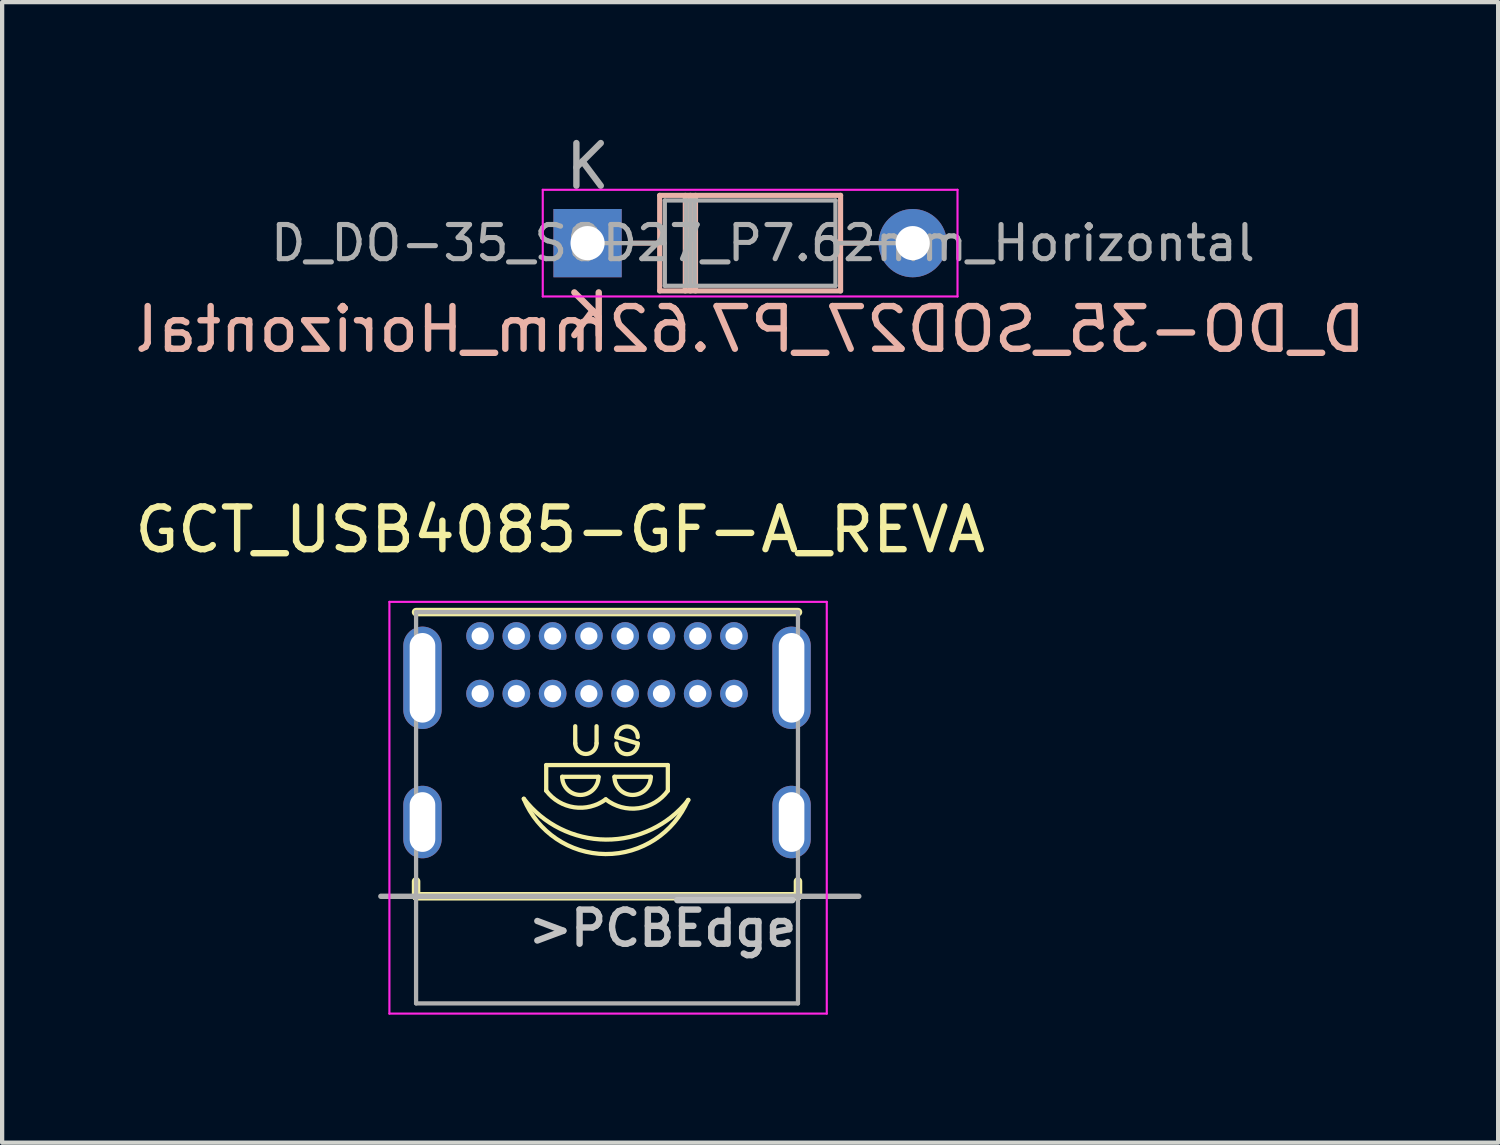
<source format=kicad_pcb>
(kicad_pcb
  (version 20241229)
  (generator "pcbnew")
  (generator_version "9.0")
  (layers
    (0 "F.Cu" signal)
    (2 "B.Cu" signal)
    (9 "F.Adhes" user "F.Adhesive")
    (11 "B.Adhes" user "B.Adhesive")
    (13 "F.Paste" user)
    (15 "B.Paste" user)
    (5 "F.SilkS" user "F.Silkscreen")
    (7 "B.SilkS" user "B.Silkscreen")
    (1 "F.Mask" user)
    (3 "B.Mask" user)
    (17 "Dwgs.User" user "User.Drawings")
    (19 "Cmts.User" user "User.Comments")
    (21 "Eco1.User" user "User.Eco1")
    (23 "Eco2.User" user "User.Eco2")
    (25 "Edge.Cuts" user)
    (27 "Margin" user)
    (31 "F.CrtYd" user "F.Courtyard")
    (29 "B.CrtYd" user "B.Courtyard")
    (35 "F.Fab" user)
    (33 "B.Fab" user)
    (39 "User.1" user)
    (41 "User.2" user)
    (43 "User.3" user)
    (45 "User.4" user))
  (footprint "GCT_USB4085-GF-A_REVA"
    (layer "F.Cu")
    (at 11.176 15.88)
    (property "Reference" "GCT_USB4085-GF-A_REVA" (at -1.097 -6.515 0) (layer "F.SilkS") (effects (font (size 1 1) (thickness 0.15))))
    (attr through_hole)
    (fp_line (start -4.475 -4.585) (end 4.475 -4.585) (stroke (width 0.2) (type solid)) (layer "F.SilkS"))
    (fp_line (start -4.475 1.725) (end -4.475 2.075) (stroke (width 0.2) (type solid)) (layer "F.SilkS"))
    (fp_line (start -4.475 2.075) (end 4.475 2.075) (stroke (width 0.2) (type solid)) (layer "F.SilkS"))
    (fp_line (start -1.425 -1) (end -1.425 -0.4) (stroke (width 0.1) (type solid)) (layer "F.SilkS"))
    (fp_line (start -1.425 -1) (end 1.425 -1) (stroke (width 0.1) (type solid)) (layer "F.SilkS"))
    (fp_line (start -1.05 -0.725) (end -0.2 -0.725) (stroke (width 0.1) (type solid)) (layer "F.SilkS"))
    (fp_line (start -0.745 -1.51) (end -0.745 -1.91) (stroke (width 0.1) (type solid)) (layer "F.SilkS"))
    (fp_line (start -0.245 -1.51) (end -0.245 -1.91) (stroke (width 0.1) (type solid)) (layer "F.SilkS"))
    (fp_line (start 0.175 -0.725) (end 1.025 -0.725) (stroke (width 0.1) (type solid)) (layer "F.SilkS"))
    (fp_line (start 0.22 -1.655) (end 0.72 -1.505) (stroke (width 0.1) (type solid)) (layer "F.SilkS"))
    (fp_line (start 1.425 -0.4) (end 1.425 -1) (stroke (width 0.1) (type solid)) (layer "F.SilkS"))
    (fp_line (start 4.475 2.075) (end 4.475 1.725) (stroke (width 0.2) (type solid)) (layer "F.SilkS"))
    (fp_arc (start -0.245 -1.51) (mid -0.495 -1.26) (end -0.745 -1.51) (stroke (width 0.1) (type solid)) (layer "F.SilkS"))
    (fp_arc (start -0.2 -0.725) (mid -0.625 -0.3) (end -1.05 -0.725) (stroke (width 0.1) (type solid)) (layer "F.SilkS"))
    (fp_arc (start -0.029772 -0.196443) (mid -0.769367 -0.010476) (end -1.425 -0.4) (stroke (width 0.1) (type solid)) (layer "F.SilkS"))
    (fp_arc (start 0.22 -1.655) (mid 0.47 -1.905) (end 0.72 -1.655) (stroke (width 0.1) (type solid)) (layer "F.SilkS"))
    (fp_arc (start 0.72 -1.505) (mid 0.47 -1.255) (end 0.22 -1.505) (stroke (width 0.1) (type solid)) (layer "F.SilkS"))
    (fp_arc (start 1.025 -0.725) (mid 0.6 -0.3) (end 0.175 -0.725) (stroke (width 0.1) (type solid)) (layer "F.SilkS"))
    (fp_arc (start 1.425669 -0.399513) (mid 0.741079 0.011143) (end -0.029771 -0.196444) (stroke (width 0.1) (type solid)) (layer "F.SilkS"))
    (fp_arc (start 1.898837 -0.183264) (mid -0.034487 1.085374) (end -1.949999 -0.210001) (stroke (width 0.1) (type solid)) (layer "F.SilkS"))
    (fp_arc (start 1.908918 -0.18295) (mid -0.027148 0.746097) (end -1.949998 -0.210002) (stroke (width 0.1) (type solid)) (layer "F.SilkS"))
    (fp_line (start -5.1 -4.825) (end 5.15 -4.825) (stroke (width 0.05) (type solid)) (layer "F.CrtYd"))
    (fp_line (start -5.1 4.825) (end -5.1 -4.825) (stroke (width 0.05) (type solid)) (layer "F.CrtYd"))
    (fp_line (start 5.15 -4.825) (end 5.15 4.825) (stroke (width 0.05) (type solid)) (layer "F.CrtYd"))
    (fp_line (start 5.15 4.825) (end -5.1 4.825) (stroke (width 0.05) (type solid)) (layer "F.CrtYd"))
    (fp_line (start -5.3 2.075) (end 5.9 2.075) (stroke (width 0.127) (type solid)) (layer "F.Fab"))
    (fp_line (start -4.475 -4.585) (end 4.475 -4.585) (stroke (width 0.1) (type solid)) (layer "F.Fab"))
    (fp_line (start -4.475 4.585) (end -4.475 -4.585) (stroke (width 0.1) (type solid)) (layer "F.Fab"))
    (fp_line (start 4.475 -4.585) (end 4.475 4.585) (stroke (width 0.1) (type solid)) (layer "F.Fab"))
    (fp_line (start 4.475 4.585) (end -4.475 4.585) (stroke (width 0.1) (type solid)) (layer "F.Fab"))
    (fp_text user ">PCB~{Edge}" (at 1.3 2.825 0) (layer "Dwgs.User") (effects (font (size 0.8 0.8) (thickness 0.15))))
    (pad "A1" thru_hole circle (at -2.975 -4.025) (size 0.65 0.65) (drill 0.4) (layers "*.Cu" "*.Mask"))
    (pad "A4" thru_hole circle (at -2.125 -4.025) (size 0.65 0.65) (drill 0.4) (layers "*.Cu" "*.Mask"))
    (pad "A5" thru_hole circle (at -1.275 -4.025) (size 0.65 0.65) (drill 0.4) (layers "*.Cu" "*.Mask"))
    (pad "A6" thru_hole circle (at -0.425 -4.025) (size 0.65 0.65) (drill 0.4) (layers "*.Cu" "*.Mask"))
    (pad "A7" thru_hole circle (at 0.425 -4.025) (size 0.65 0.65) (drill 0.4) (layers "*.Cu" "*.Mask"))
    (pad "A8" thru_hole circle (at 1.275 -4.025) (size 0.65 0.65) (drill 0.4) (layers "*.Cu" "*.Mask"))
    (pad "A9" thru_hole circle (at 2.125 -4.025) (size 0.65 0.65) (drill 0.4) (layers "*.Cu" "*.Mask"))
    (pad "A12" thru_hole circle (at 2.975 -4.025) (size 0.65 0.65) (drill 0.4) (layers "*.Cu" "*.Mask"))
    (pad "B1" thru_hole circle (at 2.975 -2.675) (size 0.65 0.65) (drill 0.4) (layers "*.Cu" "*.Mask"))
    (pad "B4" thru_hole circle (at 2.125 -2.675) (size 0.65 0.65) (drill 0.4) (layers "*.Cu" "*.Mask"))
    (pad "B5" thru_hole circle (at 1.275 -2.675) (size 0.65 0.65) (drill 0.4) (layers "*.Cu" "*.Mask"))
    (pad "B6" thru_hole circle (at 0.425 -2.675) (size 0.65 0.65) (drill 0.4) (layers "*.Cu" "*.Mask"))
    (pad "B7" thru_hole circle (at -0.425 -2.675) (size 0.65 0.65) (drill 0.4) (layers "*.Cu" "*.Mask"))
    (pad "B8" thru_hole circle (at -1.275 -2.675) (size 0.65 0.65) (drill 0.4) (layers "*.Cu" "*.Mask"))
    (pad "B9" thru_hole circle (at -2.125 -2.675) (size 0.65 0.65) (drill 0.4) (layers "*.Cu" "*.Mask"))
    (pad "B12" thru_hole circle (at -2.975 -2.675) (size 0.65 0.65) (drill 0.4) (layers "*.Cu" "*.Mask"))
    (pad "S1" thru_hole oval (at -4.325 -3.045) (size 0.9 2.4) (drill oval 0.6 2.1) (layers "*.Cu" "*.Mask"))
    (pad "S1" thru_hole oval (at -4.325 0.335) (size 0.9 1.7) (drill oval 0.6 1.4) (layers "*.Cu" "*.Mask"))
    (pad "S1" thru_hole oval (at 4.325 -3.045) (size 0.9 2.4) (drill oval 0.6 2.1) (layers "*.Cu" "*.Mask"))
    (pad "S1" thru_hole oval (at 4.325 0.335) (size 0.9 1.7) (drill oval 0.6 1.4) (layers "*.Cu" "*.Mask")))
  (footprint "D_DO-35_SOD27_P7.62mm_Horizontal"
    (layer "F.Cu")
    (at 10.72 2.648)
    (property "Reference" "D_DO-35_SOD27_P7.62mm_Horizontal" (at 3.81 2.02 0) (layer "B.SilkS") (effects (font (size 1 1) (thickness 0.15)) (justify mirror)))
    (attr through_hole)
    (fp_line (start 1.04 0) (end 1.69 0) (stroke (width 0.12) (type solid)) (layer "B.SilkS"))
    (fp_line (start 1.69 -1.12) (end 5.93 -1.12) (stroke (width 0.12) (type solid)) (layer "B.SilkS"))
    (fp_line (start 1.69 1.12) (end 1.69 -1.12) (stroke (width 0.12) (type solid)) (layer "B.SilkS"))
    (fp_line (start 2.29 1.12) (end 2.29 -1.12) (stroke (width 0.12) (type solid)) (layer "B.SilkS"))
    (fp_line (start 2.41 1.12) (end 2.41 -1.12) (stroke (width 0.12) (type solid)) (layer "B.SilkS"))
    (fp_line (start 2.53 1.12) (end 2.53 -1.12) (stroke (width 0.12) (type solid)) (layer "B.SilkS"))
    (fp_line (start 5.93 -1.12) (end 5.93 1.12) (stroke (width 0.12) (type solid)) (layer "B.SilkS"))
    (fp_line (start 5.93 1.12) (end 1.69 1.12) (stroke (width 0.12) (type solid)) (layer "B.SilkS"))
    (fp_line (start 6.58 0) (end 5.93 0) (stroke (width 0.12) (type solid)) (layer "B.SilkS"))
    (fp_line (start -1.05 -1.25) (end -1.05 1.25) (stroke (width 0.05) (type solid)) (layer "F.CrtYd"))
    (fp_line (start -1.05 1.25) (end 8.67 1.25) (stroke (width 0.05) (type solid)) (layer "F.CrtYd"))
    (fp_line (start 8.67 -1.25) (end -1.05 -1.25) (stroke (width 0.05) (type solid)) (layer "F.CrtYd"))
    (fp_line (start 8.67 1.25) (end 8.67 -1.25) (stroke (width 0.05) (type solid)) (layer "F.CrtYd"))
    (fp_line (start 0 0) (end 1.81 0) (stroke (width 0.1) (type solid)) (layer "F.Fab"))
    (fp_line (start 1.81 -1) (end 1.81 1) (stroke (width 0.1) (type solid)) (layer "F.Fab"))
    (fp_line (start 1.81 1) (end 5.81 1) (stroke (width 0.1) (type solid)) (layer "F.Fab"))
    (fp_line (start 2.31 -1) (end 2.31 1) (stroke (width 0.1) (type solid)) (layer "F.Fab"))
    (fp_line (start 2.41 -1) (end 2.41 1) (stroke (width 0.1) (type solid)) (layer "F.Fab"))
    (fp_line (start 2.51 -1) (end 2.51 1) (stroke (width 0.1) (type solid)) (layer "F.Fab"))
    (fp_line (start 5.81 -1) (end 1.81 -1) (stroke (width 0.1) (type solid)) (layer "F.Fab"))
    (fp_line (start 5.81 1) (end 5.81 -1) (stroke (width 0.1) (type solid)) (layer "F.Fab"))
    (fp_line (start 7.62 0) (end 5.81 0) (stroke (width 0.1) (type solid)) (layer "F.Fab"))
    (fp_text user "K" (at 0 1.7 0) (layer "B.SilkS") (effects (font (size 1 1) (thickness 0.15)) (justify mirror)))
    (fp_text user "K" (at 0 -1.8 0) (layer "F.Fab") (effects (font (size 1 1) (thickness 0.15))))
    (fp_text user "${REFERENCE}" (at 4.11 0 0) (layer "F.Fab") (effects (font (size 0.8 0.8) (thickness 0.12))))
    (pad "1" thru_hole rect (at 0 0) (size 1.6 1.6) (drill 0.8) (layers "*.Cu" "*.Mask"))
    (pad "2" thru_hole oval (at 7.62 0) (size 1.6 1.6) (drill 0.8) (layers "*.Cu" "*.Mask")))
  (gr_rect
    (start -3 -3)
    (end 32.06 23.73)
    (stroke (width 0.1) (type default))
    (fill no)
    (layer "Edge.Cuts")))
</source>
